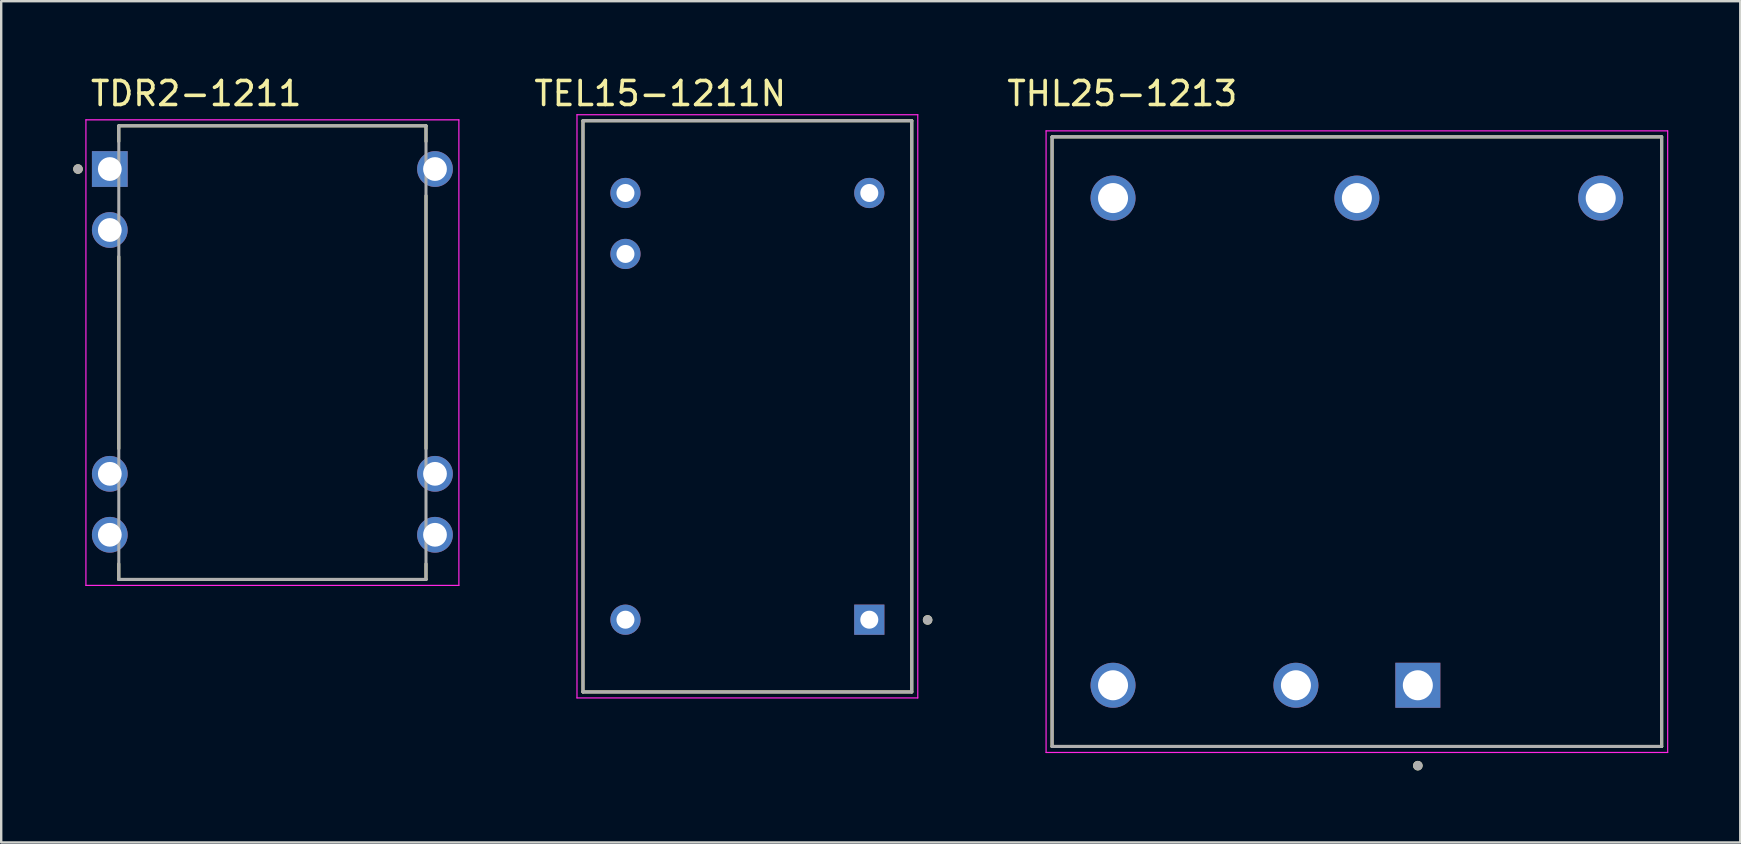
<source format=kicad_pcb>
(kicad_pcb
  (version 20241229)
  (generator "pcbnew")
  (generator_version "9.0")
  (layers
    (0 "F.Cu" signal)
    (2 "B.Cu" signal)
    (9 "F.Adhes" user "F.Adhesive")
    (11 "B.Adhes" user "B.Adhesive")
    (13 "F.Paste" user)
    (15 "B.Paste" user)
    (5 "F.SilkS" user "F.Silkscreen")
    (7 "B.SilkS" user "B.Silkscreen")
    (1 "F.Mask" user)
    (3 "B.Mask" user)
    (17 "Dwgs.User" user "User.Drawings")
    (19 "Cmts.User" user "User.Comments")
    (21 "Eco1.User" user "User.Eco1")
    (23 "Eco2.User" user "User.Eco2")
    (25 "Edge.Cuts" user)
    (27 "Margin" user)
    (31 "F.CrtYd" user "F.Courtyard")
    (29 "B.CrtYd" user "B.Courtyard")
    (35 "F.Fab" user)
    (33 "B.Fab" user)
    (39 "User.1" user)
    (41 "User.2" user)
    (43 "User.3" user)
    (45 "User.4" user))
  (footprint "THL25-1213"
    (layer "F.Cu")
    (at 53.487 15.353)
    (property "Reference" "THL25-1213" (at -9.775 -14.505 0) (layer "F.SilkS") (effects (font (size 1 1) (thickness 0.15))))
    (attr through_hole)
    (fp_line (start -12.7 -12.7) (end 12.7 -12.7) (stroke (width 0.127) (type solid)) (layer "F.SilkS"))
    (fp_line (start -12.7 12.7) (end -12.7 -12.7) (stroke (width 0.127) (type solid)) (layer "F.SilkS"))
    (fp_line (start 12.7 -12.7) (end 12.7 12.7) (stroke (width 0.127) (type solid)) (layer "F.SilkS"))
    (fp_line (start 12.7 12.7) (end -12.7 12.7) (stroke (width 0.127) (type solid)) (layer "F.SilkS"))
    (fp_circle (center 2.54 13.5) (end 2.64 13.5) (stroke (width 0.2) (type solid)) (fill no) (layer "F.SilkS"))
    (fp_line (start -12.95 -12.95) (end -12.95 12.95) (stroke (width 0.05) (type solid)) (layer "F.CrtYd"))
    (fp_line (start -12.95 12.95) (end 12.95 12.95) (stroke (width 0.05) (type solid)) (layer "F.CrtYd"))
    (fp_line (start 12.95 -12.95) (end -12.95 -12.95) (stroke (width 0.05) (type solid)) (layer "F.CrtYd"))
    (fp_line (start 12.95 12.95) (end 12.95 -12.95) (stroke (width 0.05) (type solid)) (layer "F.CrtYd"))
    (fp_line (start -12.7 -12.7) (end 12.7 -12.7) (stroke (width 0.127) (type solid)) (layer "F.Fab"))
    (fp_line (start -12.7 12.7) (end -12.7 -12.7) (stroke (width 0.127) (type solid)) (layer "F.Fab"))
    (fp_line (start 12.7 -12.7) (end 12.7 12.7) (stroke (width 0.127) (type solid)) (layer "F.Fab"))
    (fp_line (start 12.7 12.7) (end -12.7 12.7) (stroke (width 0.127) (type solid)) (layer "F.Fab"))
    (fp_circle (center 2.54 13.5) (end 2.64 13.5) (stroke (width 0.2) (type solid)) (fill no) (layer "F.Fab"))
    (pad "1" thru_hole rect (at 2.54 10.15) (size 1.875 1.875) (drill 1.25) (layers "*.Cu" "*.Mask"))
    (pad "2" thru_hole circle (at -2.54 10.15) (size 1.875 1.875) (drill 1.25) (layers "*.Cu" "*.Mask"))
    (pad "3" thru_hole circle (at 10.16 -10.15) (size 1.875 1.875) (drill 1.25) (layers "*.Cu" "*.Mask"))
    (pad "4" thru_hole circle (at 0 -10.15) (size 1.875 1.875) (drill 1.25) (layers "*.Cu" "*.Mask"))
    (pad "5" thru_hole circle (at -10.16 -10.15) (size 1.875 1.875) (drill 1.25) (layers "*.Cu" "*.Mask"))
    (pad "6" thru_hole circle (at -10.16 10.15) (size 1.875 1.875) (drill 1.25) (layers "*.Cu" "*.Mask")))
  (footprint "TEL15-1211N"
    (layer "F.Cu")
    (at 28.091 13.881)
    (property "Reference" "TEL15-1211N" (at -3.633 -13.033 0) (layer "F.SilkS") (effects (font (size 1 1) (thickness 0.15))))
    (attr through_hole)
    (fp_line (start -6.85 -11.9) (end 6.85 -11.9) (stroke (width 0.127) (type solid)) (layer "F.SilkS"))
    (fp_line (start -6.85 11.9) (end -6.85 -11.9) (stroke (width 0.127) (type solid)) (layer "F.SilkS"))
    (fp_line (start -6.85 11.9) (end 6.85 11.9) (stroke (width 0.127) (type solid)) (layer "F.SilkS"))
    (fp_line (start 6.85 11.9) (end 6.85 -11.9) (stroke (width 0.127) (type solid)) (layer "F.SilkS"))
    (fp_circle (center 7.51 8.9) (end 7.61 8.9) (stroke (width 0.2) (type solid)) (fill no) (layer "F.SilkS"))
    (fp_line (start -7.1 -12.15) (end -7.1 12.15) (stroke (width 0.05) (type solid)) (layer "F.CrtYd"))
    (fp_line (start -7.1 -12.15) (end 7.1 -12.15) (stroke (width 0.05) (type solid)) (layer "F.CrtYd"))
    (fp_line (start -7.1 12.15) (end 7.1 12.15) (stroke (width 0.05) (type solid)) (layer "F.CrtYd"))
    (fp_line (start 7.1 -12.15) (end 7.1 12.15) (stroke (width 0.05) (type solid)) (layer "F.CrtYd"))
    (fp_line (start -6.85 -11.9) (end 6.85 -11.9) (stroke (width 0.127) (type solid)) (layer "F.Fab"))
    (fp_line (start -6.85 11.9) (end -6.85 -11.9) (stroke (width 0.127) (type solid)) (layer "F.Fab"))
    (fp_line (start -6.85 11.9) (end 6.85 11.9) (stroke (width 0.127) (type solid)) (layer "F.Fab"))
    (fp_line (start 6.85 11.9) (end 6.85 -11.9) (stroke (width 0.127) (type solid)) (layer "F.Fab"))
    (fp_circle (center 7.51 8.9) (end 7.61 8.9) (stroke (width 0.2) (type solid)) (fill no) (layer "F.Fab"))
    (pad "1" thru_hole rect (at 5.08 8.89) (size 1.258 1.258) (drill 0.75) (layers "*.Cu" "*.Mask"))
    (pad "8" thru_hole circle (at 5.08 -8.89) (size 1.258 1.258) (drill 0.75) (layers "*.Cu" "*.Mask"))
    (pad "9" thru_hole circle (at -5.08 -8.89) (size 1.258 1.258) (drill 0.75) (layers "*.Cu" "*.Mask"))
    (pad "10" thru_hole circle (at -5.08 -6.35) (size 1.258 1.258) (drill 0.75) (layers "*.Cu" "*.Mask"))
    (pad "16" thru_hole circle (at -5.08 8.89) (size 1.258 1.258) (drill 0.75) (layers "*.Cu" "*.Mask")))
  (footprint "TDR2-1211"
    (layer "F.Cu")
    (at 8.3 11.643)
    (property "Reference" "TDR2-1211" (at -3.175 -10.795 0) (layer "F.SilkS") (effects (font (size 1 1) (thickness 0.15))))
    (attr through_hole)
    (fp_line (start -6.4 -9.45) (end -6.4 -8.8) (stroke (width 0.127) (type solid)) (layer "F.SilkS"))
    (fp_line (start -6.4 -4) (end -6.4 4) (stroke (width 0.127) (type solid)) (layer "F.SilkS"))
    (fp_line (start -6.4 8.8) (end -6.4 9.45) (stroke (width 0.127) (type solid)) (layer "F.SilkS"))
    (fp_line (start -6.4 9.45) (end 6.4 9.45) (stroke (width 0.127) (type solid)) (layer "F.SilkS"))
    (fp_line (start 6.4 -9.45) (end -6.4 -9.45) (stroke (width 0.127) (type solid)) (layer "F.SilkS"))
    (fp_line (start 6.4 -8.8) (end 6.4 -9.45) (stroke (width 0.127) (type solid)) (layer "F.SilkS"))
    (fp_line (start 6.4 4) (end 6.4 -6.54) (stroke (width 0.127) (type solid)) (layer "F.SilkS"))
    (fp_line (start 6.4 9.45) (end 6.4 8.8) (stroke (width 0.127) (type solid)) (layer "F.SilkS"))
    (fp_circle (center -8.1 -7.65) (end -8 -7.65) (stroke (width 0.2) (type solid)) (fill no) (layer "F.SilkS"))
    (fp_line (start -7.77 -9.7) (end -7.77 9.7) (stroke (width 0.05) (type solid)) (layer "F.CrtYd"))
    (fp_line (start -7.77 9.7) (end 7.77 9.7) (stroke (width 0.05) (type solid)) (layer "F.CrtYd"))
    (fp_line (start 7.77 -9.7) (end -7.77 -9.7) (stroke (width 0.05) (type solid)) (layer "F.CrtYd"))
    (fp_line (start 7.77 9.7) (end 7.77 -9.7) (stroke (width 0.05) (type solid)) (layer "F.CrtYd"))
    (fp_line (start -6.4 -9.45) (end -6.4 9.45) (stroke (width 0.127) (type solid)) (layer "F.Fab"))
    (fp_line (start -6.4 9.45) (end 6.4 9.45) (stroke (width 0.127) (type solid)) (layer "F.Fab"))
    (fp_line (start 6.4 -9.45) (end -6.4 -9.45) (stroke (width 0.127) (type solid)) (layer "F.Fab"))
    (fp_line (start 6.4 9.45) (end 6.4 -9.45) (stroke (width 0.127) (type solid)) (layer "F.Fab"))
    (fp_circle (center -8.1 -7.65) (end -8 -7.65) (stroke (width 0.2) (type solid)) (fill no) (layer "F.Fab"))
    (pad "1" thru_hole rect (at -6.775 -7.65) (size 1.49 1.49) (drill 0.99) (layers "*.Cu" "*.Mask"))
    (pad "2" thru_hole circle (at -6.775 -5.11) (size 1.49 1.49) (drill 0.99) (layers "*.Cu" "*.Mask"))
    (pad "6" thru_hole circle (at -6.775 5.05) (size 1.49 1.49) (drill 0.99) (layers "*.Cu" "*.Mask"))
    (pad "7" thru_hole circle (at -6.775 7.59) (size 1.49 1.49) (drill 0.99) (layers "*.Cu" "*.Mask"))
    (pad "8" thru_hole circle (at 6.775 7.59) (size 1.49 1.49) (drill 0.99) (layers "*.Cu" "*.Mask"))
    (pad "9" thru_hole circle (at 6.775 5.05) (size 1.49 1.49) (drill 0.99) (layers "*.Cu" "*.Mask"))
    (pad "14" thru_hole circle (at 6.775 -7.65) (size 1.49 1.49) (drill 0.99) (layers "*.Cu" "*.Mask")))
  (gr_rect
    (start -3 -3)
    (end 69.462 32.053)
    (stroke (width 0.1) (type default))
    (fill no)
    (layer "Edge.Cuts")))
</source>
